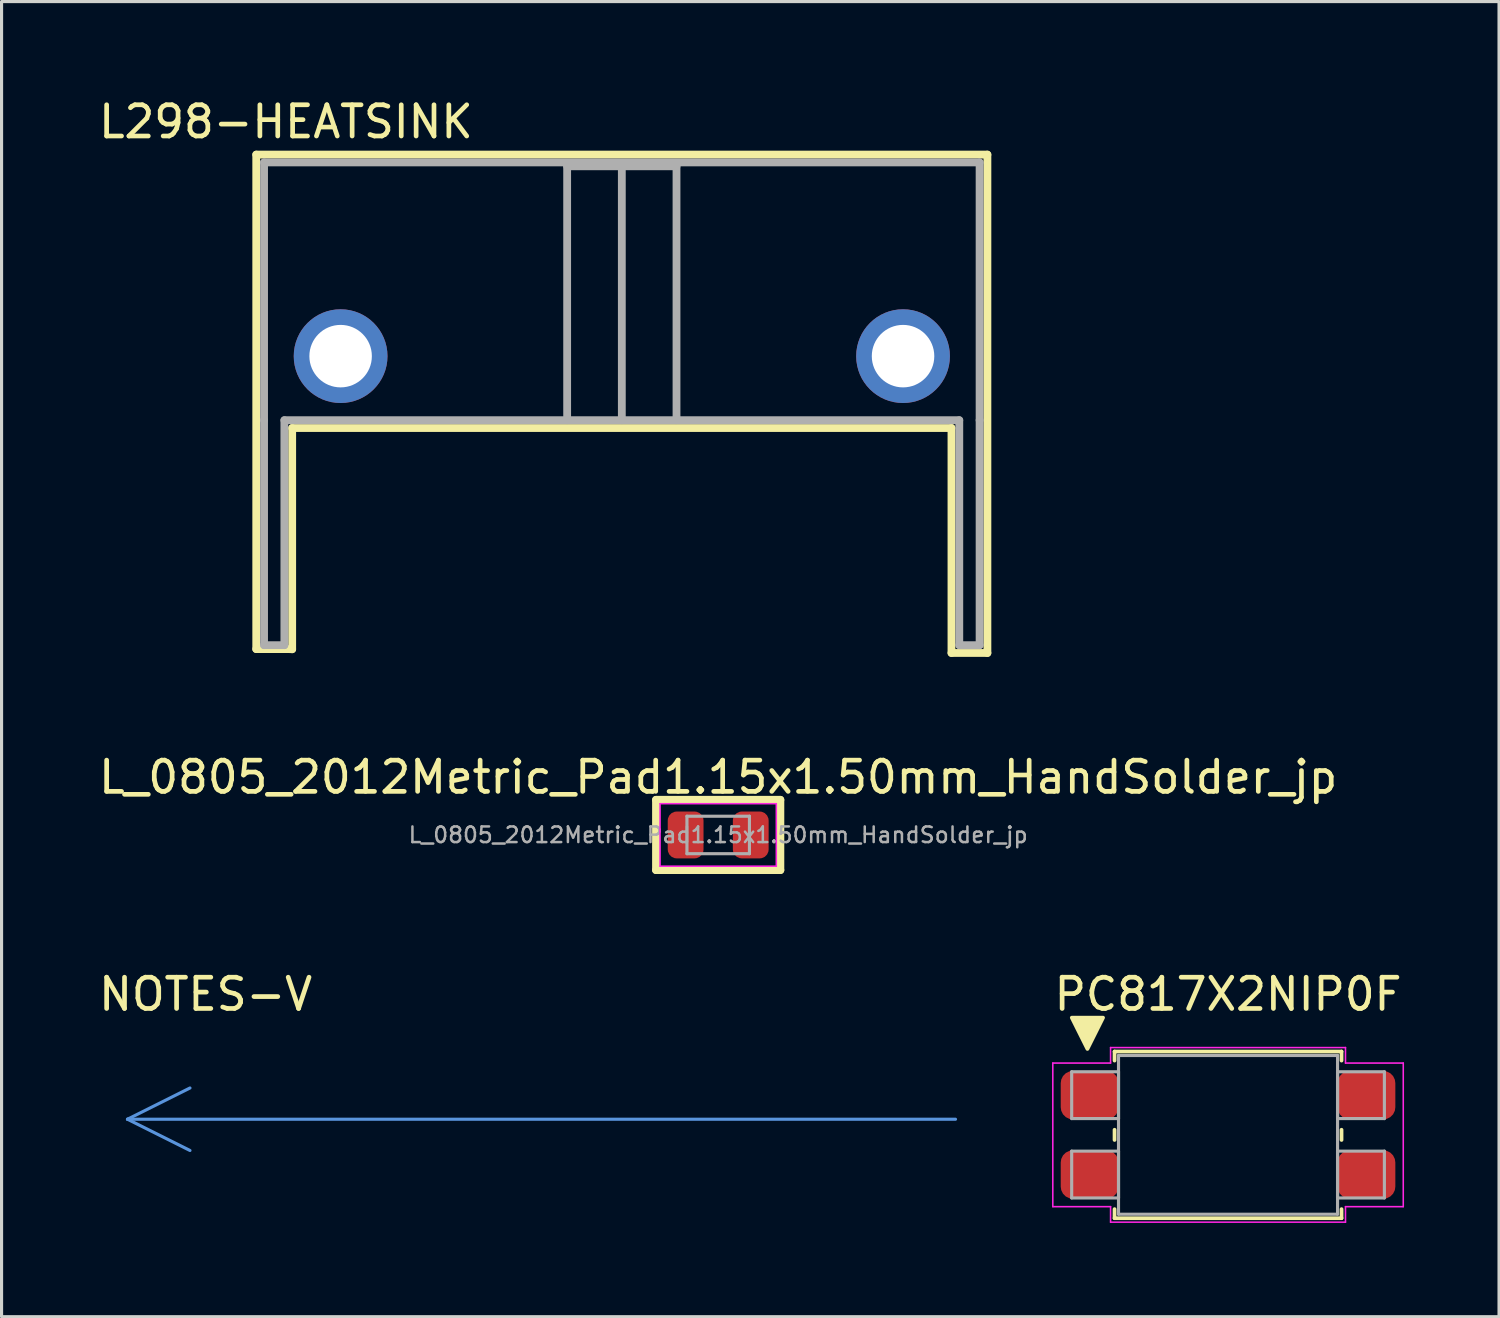
<source format=kicad_pcb>
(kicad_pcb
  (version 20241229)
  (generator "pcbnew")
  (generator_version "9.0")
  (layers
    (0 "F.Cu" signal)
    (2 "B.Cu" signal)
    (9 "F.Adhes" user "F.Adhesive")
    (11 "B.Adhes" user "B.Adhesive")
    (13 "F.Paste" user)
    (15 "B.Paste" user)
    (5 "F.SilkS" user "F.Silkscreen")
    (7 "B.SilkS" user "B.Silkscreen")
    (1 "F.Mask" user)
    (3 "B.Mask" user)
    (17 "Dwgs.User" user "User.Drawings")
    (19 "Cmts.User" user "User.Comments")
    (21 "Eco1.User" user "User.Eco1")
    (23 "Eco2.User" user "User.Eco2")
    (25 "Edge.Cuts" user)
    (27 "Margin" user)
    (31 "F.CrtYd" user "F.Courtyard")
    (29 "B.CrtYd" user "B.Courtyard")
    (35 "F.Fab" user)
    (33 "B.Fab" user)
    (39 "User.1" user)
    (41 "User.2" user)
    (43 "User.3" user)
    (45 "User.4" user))
  (footprint "L_0805_2012Metric_Pad1.15x1.50mm_HandSolder_jp"
    (layer "F.Cu")
    (at 19.935 23.672)
    (property "Reference" "L_0805_2012Metric_Pad1.15x1.50mm_HandSolder_jp" (at 0 -1.85 0) (layer "F.SilkS") (effects (font (size 1 1) (thickness 0.15))))
    (attr smd)
    (fp_line (start -1.99 -1.125) (end 1.99 -1.125) (stroke (width 0.25) (type solid)) (layer "F.SilkS"))
    (fp_line (start -1.99 1.125) (end -1.99 -1.125) (stroke (width 0.25) (type solid)) (layer "F.SilkS"))
    (fp_line (start 1.99 -1.125) (end 1.99 1.125) (stroke (width 0.25) (type solid)) (layer "F.SilkS"))
    (fp_line (start 1.99 1.125) (end -1.99 1.125) (stroke (width 0.25) (type solid)) (layer "F.SilkS"))
    (fp_line (start -1.86 -1) (end 1.86 -1) (stroke (width 0.05) (type solid)) (layer "F.CrtYd"))
    (fp_line (start -1.86 1) (end -1.86 -1) (stroke (width 0.05) (type solid)) (layer "F.CrtYd"))
    (fp_line (start 1.86 -1) (end 1.86 1) (stroke (width 0.05) (type solid)) (layer "F.CrtYd"))
    (fp_line (start 1.86 1) (end -1.86 1) (stroke (width 0.05) (type solid)) (layer "F.CrtYd"))
    (fp_line (start -1 -0.6) (end 1 -0.6) (stroke (width 0.1) (type solid)) (layer "F.Fab"))
    (fp_line (start -1 0.6) (end -1 -0.6) (stroke (width 0.1) (type solid)) (layer "F.Fab"))
    (fp_line (start 1 -0.6) (end 1 0.6) (stroke (width 0.1) (type solid)) (layer "F.Fab"))
    (fp_line (start 1 0.6) (end -1 0.6) (stroke (width 0.1) (type solid)) (layer "F.Fab"))
    (fp_text user "${REFERENCE}" (at 0 0 0) (layer "F.Fab") (effects (font (size 0.5 0.5) (thickness 0.08))))
    (pad "1" smd roundrect (at -1.042 0) (size 1.145 1.5) (layers "F.Cu" "F.Mask" "F.Paste") (roundrect_rratio 0.25))
    (pad "2" smd roundrect (at 1.042 0) (size 1.145 1.5) (layers "F.Cu" "F.Mask" "F.Paste") (roundrect_rratio 0.25)))
  (footprint "NOTES-V"
    (layer "F.Cu")
    (at 1.03 32.77)
    (property "Reference" "NOTES-V" (at 2.5 -4 0) (layer "F.SilkS") (effects (font (size 1 1) (thickness 0.15))))
    (attr through_hole)
    (fp_line (start 0 0) (end 2 -1) (stroke (width 0.1) (type solid)) (layer "Cmts.User"))
    (fp_line (start 0 0) (end 2 1) (stroke (width 0.1) (type solid)) (layer "Cmts.User"))
    (fp_line (start 0 0) (end 26.5 0) (stroke (width 0.1) (type solid)) (layer "Cmts.User")))
  (footprint "PC817X2NIP0F"
    (layer "F.Cu")
    (at 36.252 33.27)
    (property "Reference" "PC817X2NIP0F" (at 0 -4.5 0) (layer "F.SilkS") (effects (font (size 1 1) (thickness 0.15))))
    (attr through_hole)
    (fp_line (start -3.632 -2.667) (end -3.632 -2.377) (stroke (width 0.12) (type solid)) (layer "F.SilkS"))
    (fp_line (start -3.632 -0.163) (end -3.632 0.163) (stroke (width 0.12) (type solid)) (layer "F.SilkS"))
    (fp_line (start -3.632 2.377) (end -3.632 2.667) (stroke (width 0.12) (type solid)) (layer "F.SilkS"))
    (fp_line (start -3.632 2.667) (end 3.632 2.667) (stroke (width 0.12) (type solid)) (layer "F.SilkS"))
    (fp_line (start 3.632 -2.667) (end -3.632 -2.667) (stroke (width 0.12) (type solid)) (layer "F.SilkS"))
    (fp_line (start 3.632 -2.377) (end 3.632 -2.667) (stroke (width 0.12) (type solid)) (layer "F.SilkS"))
    (fp_line (start 3.632 0.163) (end 3.632 -0.163) (stroke (width 0.12) (type solid)) (layer "F.SilkS"))
    (fp_line (start 3.632 2.667) (end 3.632 2.377) (stroke (width 0.12) (type solid)) (layer "F.SilkS"))
    (fp_poly (pts (xy -4.5 -2.75) (xy -5 -3.75) (xy -4 -3.75)) (stroke (width 0.12) (type solid)) (fill yes) (layer "F.SilkS"))
    (fp_line (start -5.608 -2.298) (end -3.759 -2.298) (stroke (width 0.05) (type solid)) (layer "F.CrtYd"))
    (fp_line (start -5.608 2.298) (end -5.608 -2.298) (stroke (width 0.05) (type solid)) (layer "F.CrtYd"))
    (fp_line (start -3.759 -2.794) (end 3.759 -2.794) (stroke (width 0.05) (type solid)) (layer "F.CrtYd"))
    (fp_line (start -3.759 -2.298) (end -3.759 -2.794) (stroke (width 0.05) (type solid)) (layer "F.CrtYd"))
    (fp_line (start -3.759 2.298) (end -5.608 2.298) (stroke (width 0.05) (type solid)) (layer "F.CrtYd"))
    (fp_line (start -3.759 2.794) (end -3.759 2.298) (stroke (width 0.05) (type solid)) (layer "F.CrtYd"))
    (fp_line (start 3.759 -2.794) (end 3.759 -2.298) (stroke (width 0.05) (type solid)) (layer "F.CrtYd"))
    (fp_line (start 3.759 -2.298) (end 5.608 -2.298) (stroke (width 0.05) (type solid)) (layer "F.CrtYd"))
    (fp_line (start 3.759 2.298) (end 3.759 2.794) (stroke (width 0.05) (type solid)) (layer "F.CrtYd"))
    (fp_line (start 3.759 2.794) (end -3.759 2.794) (stroke (width 0.05) (type solid)) (layer "F.CrtYd"))
    (fp_line (start 5.608 -2.298) (end 5.608 2.298) (stroke (width 0.05) (type solid)) (layer "F.CrtYd"))
    (fp_line (start 5.608 2.298) (end 3.759 2.298) (stroke (width 0.05) (type solid)) (layer "F.CrtYd"))
    (fp_line (start -5.004 -2.019) (end -5.004 -0.521) (stroke (width 0.1) (type solid)) (layer "F.Fab"))
    (fp_line (start -5.004 -0.521) (end -3.505 -0.521) (stroke (width 0.1) (type solid)) (layer "F.Fab"))
    (fp_line (start -5.004 0.521) (end -5.004 2.019) (stroke (width 0.1) (type solid)) (layer "F.Fab"))
    (fp_line (start -5.004 2.019) (end -3.505 2.019) (stroke (width 0.1) (type solid)) (layer "F.Fab"))
    (fp_line (start -3.505 -2.54) (end -3.505 2.54) (stroke (width 0.1) (type solid)) (layer "F.Fab"))
    (fp_line (start -3.505 -2.019) (end -5.004 -2.019) (stroke (width 0.1) (type solid)) (layer "F.Fab"))
    (fp_line (start -3.505 -0.521) (end -3.505 -2.019) (stroke (width 0.1) (type solid)) (layer "F.Fab"))
    (fp_line (start -3.505 0.521) (end -5.004 0.521) (stroke (width 0.1) (type solid)) (layer "F.Fab"))
    (fp_line (start -3.505 2.019) (end -3.505 0.521) (stroke (width 0.1) (type solid)) (layer "F.Fab"))
    (fp_line (start -3.505 2.54) (end 3.505 2.54) (stroke (width 0.1) (type solid)) (layer "F.Fab"))
    (fp_line (start 3.505 -2.54) (end -3.505 -2.54) (stroke (width 0.1) (type solid)) (layer "F.Fab"))
    (fp_line (start 3.505 -2.019) (end 3.505 -0.521) (stroke (width 0.1) (type solid)) (layer "F.Fab"))
    (fp_line (start 3.505 -0.521) (end 5.004 -0.521) (stroke (width 0.1) (type solid)) (layer "F.Fab"))
    (fp_line (start 3.505 0.521) (end 3.505 2.019) (stroke (width 0.1) (type solid)) (layer "F.Fab"))
    (fp_line (start 3.505 2.019) (end 5.004 2.019) (stroke (width 0.1) (type solid)) (layer "F.Fab"))
    (fp_line (start 3.505 2.54) (end 3.505 -2.54) (stroke (width 0.1) (type solid)) (layer "F.Fab"))
    (fp_line (start 5.004 -2.019) (end 3.505 -2.019) (stroke (width 0.1) (type solid)) (layer "F.Fab"))
    (fp_line (start 5.004 -0.521) (end 5.004 -2.019) (stroke (width 0.1) (type solid)) (layer "F.Fab"))
    (fp_line (start 5.004 0.521) (end 3.505 0.521) (stroke (width 0.1) (type solid)) (layer "F.Fab"))
    (fp_line (start 5.004 2.019) (end 5.004 0.521) (stroke (width 0.1) (type solid)) (layer "F.Fab"))
    (pad "1" smd roundrect (at -4.43 -1.27) (size 1.849 1.549) (layers "F.Cu" "F.Mask" "F.Paste") (roundrect_rratio 0.25))
    (pad "2" smd roundrect (at -4.43 1.27) (size 1.849 1.549) (layers "F.Cu" "F.Mask" "F.Paste") (roundrect_rratio 0.25))
    (pad "3" smd roundrect (at 4.43 1.27) (size 1.849 1.549) (layers "F.Cu" "F.Mask" "F.Paste") (roundrect_rratio 0.25))
    (pad "4" smd roundrect (at 4.43 -1.27) (size 1.849 1.549) (layers "F.Cu" "F.Mask" "F.Paste") (roundrect_rratio 0.25)))
  (footprint "L298-HEATSINK"
    (layer "F.Cu")
    (at 16.851 8.348)
    (property "Reference" "L298-HEATSINK" (at -10.75 -7.5 0) (layer "F.SilkS") (effects (font (size 1 1) (thickness 0.15))))
    (attr through_hole)
    (fp_line (start -11.7 -6.45) (end -11.7 9.375) (stroke (width 0.25) (type solid)) (layer "F.SilkS"))
    (fp_line (start -11.7 -6.45) (end 11.7 -6.45) (stroke (width 0.25) (type solid)) (layer "F.SilkS"))
    (fp_line (start -11.7 9.375) (end -10.675 9.375) (stroke (width 0.25) (type solid)) (layer "F.SilkS"))
    (fp_line (start -10.675 9.375) (end -10.55 9.38) (stroke (width 0.25) (type solid)) (layer "F.SilkS"))
    (fp_line (start -10.55 2.3) (end 10.55 2.3) (stroke (width 0.25) (type solid)) (layer "F.SilkS"))
    (fp_line (start -10.55 9.38) (end -10.55 2.3) (stroke (width 0.25) (type solid)) (layer "F.SilkS"))
    (fp_line (start 10.55 9.5) (end 10.55 2.3) (stroke (width 0.25) (type solid)) (layer "F.SilkS"))
    (fp_line (start 11.7 -6.45) (end 11.7 9.5) (stroke (width 0.25) (type solid)) (layer "F.SilkS"))
    (fp_line (start 11.7 9.5) (end 10.55 9.5) (stroke (width 0.25) (type solid)) (layer "F.SilkS"))
    (fp_line (start -11.45 -6.2) (end 11.45 -6.2) (stroke (width 0.25) (type solid)) (layer "F.Fab"))
    (fp_line (start -11.45 2.05) (end -11.45 -6.2) (stroke (width 0.25) (type solid)) (layer "F.Fab"))
    (fp_line (start -11.45 2.05) (end -11.45 9.25) (stroke (width 0.25) (type solid)) (layer "F.Fab"))
    (fp_line (start -10.8 2.05) (end -10.8 9.25) (stroke (width 0.25) (type solid)) (layer "F.Fab"))
    (fp_line (start -10.8 2.05) (end 10.8 2.05) (stroke (width 0.25) (type solid)) (layer "F.Fab"))
    (fp_line (start -10.8 9.25) (end -11.45 9.25) (stroke (width 0.25) (type solid)) (layer "F.Fab"))
    (fp_line (start -1.75 -6.075) (end 0 -6.075) (stroke (width 0.25) (type solid)) (layer "F.Fab"))
    (fp_line (start -1.75 2.05) (end -1.75 -6.075) (stroke (width 0.25) (type solid)) (layer "F.Fab"))
    (fp_line (start 0 -6.075) (end 0 2.05) (stroke (width 0.25) (type solid)) (layer "F.Fab"))
    (fp_line (start 0 -6.075) (end 1.75 -6.075) (stroke (width 0.25) (type solid)) (layer "F.Fab"))
    (fp_line (start 1.75 2.05) (end 1.75 -6.075) (stroke (width 0.25) (type solid)) (layer "F.Fab"))
    (fp_line (start 10.8 2.05) (end 10.8 9.25) (stroke (width 0.25) (type solid)) (layer "F.Fab"))
    (fp_line (start 11.45 2.05) (end 11.45 -6.2) (stroke (width 0.25) (type solid)) (layer "F.Fab"))
    (fp_line (start 11.45 2.05) (end 11.45 9.25) (stroke (width 0.25) (type solid)) (layer "F.Fab"))
    (fp_line (start 11.45 9.25) (end 10.8 9.25) (stroke (width 0.25) (type solid)) (layer "F.Fab"))
    (pad "1" thru_hole circle (at 9 0) (size 3 3) (drill 2) (layers "*.Cu" "*.Mask"))
    (pad "2" thru_hole circle (at -9 0) (size 3 3) (drill 2) (layers "*.Cu" "*.Mask")))
  (gr_rect
    (start -3 -3)
    (end 44.925 39.089)
    (stroke (width 0.1) (type default))
    (fill no)
    (layer "Edge.Cuts")))
</source>
